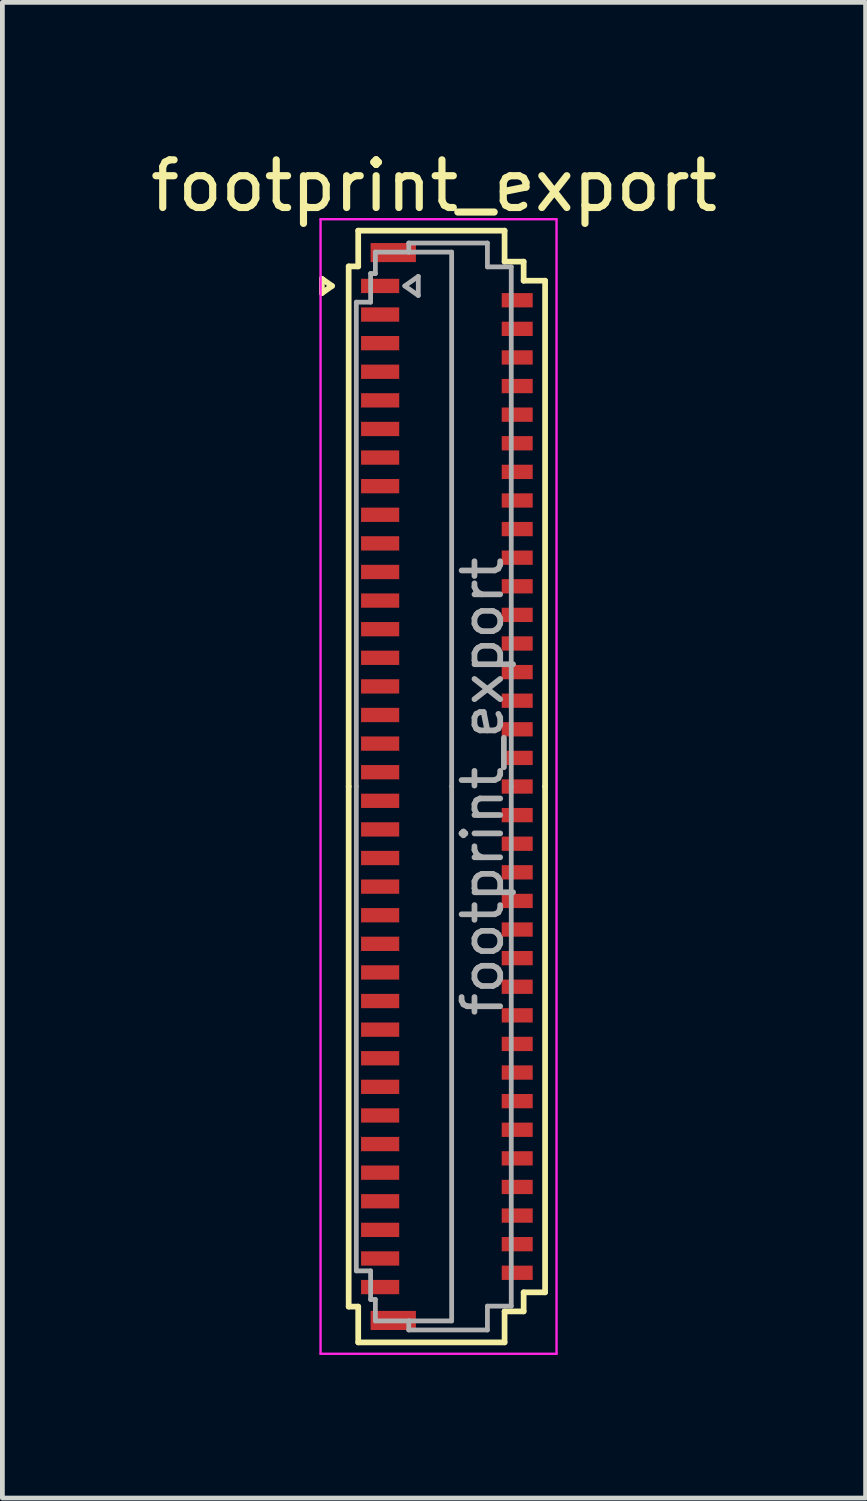
<source format=kicad_pcb>
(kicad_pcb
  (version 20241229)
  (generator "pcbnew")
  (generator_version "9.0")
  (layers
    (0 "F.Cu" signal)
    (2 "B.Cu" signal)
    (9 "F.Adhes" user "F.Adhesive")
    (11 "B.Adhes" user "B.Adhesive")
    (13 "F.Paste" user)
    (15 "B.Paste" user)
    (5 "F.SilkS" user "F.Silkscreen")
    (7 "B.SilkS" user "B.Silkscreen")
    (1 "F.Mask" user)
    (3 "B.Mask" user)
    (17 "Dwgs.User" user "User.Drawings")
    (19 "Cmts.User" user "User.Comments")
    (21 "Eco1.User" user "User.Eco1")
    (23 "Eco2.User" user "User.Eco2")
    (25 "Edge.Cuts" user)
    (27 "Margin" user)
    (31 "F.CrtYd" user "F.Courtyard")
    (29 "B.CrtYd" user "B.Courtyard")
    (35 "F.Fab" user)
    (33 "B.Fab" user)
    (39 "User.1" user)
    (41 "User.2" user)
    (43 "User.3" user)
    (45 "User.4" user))
  (footprint "footprint_export"
    (layer "F.Cu")
    (at 6.324 13.448)
    (property "Reference" "footprint_export" (at -0.27 -12.6 0) (layer "F.SilkS") (effects (font (size 1 1) (thickness 0.15))))
    (attr smd)
    (fp_line (start -2.622 -10.65) (end -2.41 -10.5) (stroke (width 0.12) (type solid)) (layer "F.SilkS"))
    (fp_line (start -2.622 -10.35) (end -2.622 -10.65) (stroke (width 0.12) (type solid)) (layer "F.SilkS"))
    (fp_line (start -2.41 -10.5) (end -2.622 -10.35) (stroke (width 0.12) (type solid)) (layer "F.SilkS"))
    (fp_line (start -2.06 -10.91) (end -2.06 0) (stroke (width 0.12) (type solid)) (layer "F.SilkS"))
    (fp_line (start -2.06 10.91) (end -2.06 0) (stroke (width 0.12) (type solid)) (layer "F.SilkS"))
    (fp_line (start -1.86 -11.66) (end -1.86 -10.91) (stroke (width 0.12) (type solid)) (layer "F.SilkS"))
    (fp_line (start -1.86 -10.91) (end -2.06 -10.91) (stroke (width 0.12) (type solid)) (layer "F.SilkS"))
    (fp_line (start -1.86 10.91) (end -2.06 10.91) (stroke (width 0.12) (type solid)) (layer "F.SilkS"))
    (fp_line (start -1.86 11.66) (end -1.86 10.91) (stroke (width 0.12) (type solid)) (layer "F.SilkS"))
    (fp_line (start 1.21 -11.66) (end -1.86 -11.66) (stroke (width 0.12) (type solid)) (layer "F.SilkS"))
    (fp_line (start 1.21 -11.01) (end 1.21 -11.66) (stroke (width 0.12) (type solid)) (layer "F.SilkS"))
    (fp_line (start 1.21 11.01) (end 1.21 11.66) (stroke (width 0.12) (type solid)) (layer "F.SilkS"))
    (fp_line (start 1.21 11.66) (end -1.86 11.66) (stroke (width 0.12) (type solid)) (layer "F.SilkS"))
    (fp_line (start 1.61 -11.01) (end 1.21 -11.01) (stroke (width 0.12) (type solid)) (layer "F.SilkS"))
    (fp_line (start 1.61 -10.61) (end 1.61 -11.01) (stroke (width 0.12) (type solid)) (layer "F.SilkS"))
    (fp_line (start 1.61 10.61) (end 1.61 11.01) (stroke (width 0.12) (type solid)) (layer "F.SilkS"))
    (fp_line (start 1.61 11.01) (end 1.21 11.01) (stroke (width 0.12) (type solid)) (layer "F.SilkS"))
    (fp_line (start 2.06 -10.61) (end 1.61 -10.61) (stroke (width 0.12) (type solid)) (layer "F.SilkS"))
    (fp_line (start 2.06 0) (end 2.06 -10.61) (stroke (width 0.12) (type solid)) (layer "F.SilkS"))
    (fp_line (start 2.06 0) (end 2.06 10.61) (stroke (width 0.12) (type solid)) (layer "F.SilkS"))
    (fp_line (start 2.06 10.61) (end 1.61 10.61) (stroke (width 0.12) (type solid)) (layer "F.SilkS"))
    (fp_line (start -2.65 -11.9) (end -2.65 11.9) (stroke (width 0.05) (type solid)) (layer "F.CrtYd"))
    (fp_line (start -2.65 11.9) (end 2.3 11.9) (stroke (width 0.05) (type solid)) (layer "F.CrtYd"))
    (fp_line (start 2.3 -11.9) (end -2.65 -11.9) (stroke (width 0.05) (type solid)) (layer "F.CrtYd"))
    (fp_line (start 2.3 11.9) (end 2.3 -11.9) (stroke (width 0.05) (type solid)) (layer "F.CrtYd"))
    (fp_line (start -1.9 -10.16) (end -1.6 -10.16) (stroke (width 0.1) (type solid)) (layer "F.Fab"))
    (fp_line (start -1.9 0) (end -1.9 -10.16) (stroke (width 0.1) (type solid)) (layer "F.Fab"))
    (fp_line (start -1.9 0) (end -1.9 10.16) (stroke (width 0.1) (type solid)) (layer "F.Fab"))
    (fp_line (start -1.9 10.16) (end -1.6 10.16) (stroke (width 0.1) (type solid)) (layer "F.Fab"))
    (fp_line (start -1.6 -10.76) (end -1.5 -10.76) (stroke (width 0.1) (type solid)) (layer "F.Fab"))
    (fp_line (start -1.6 -10.16) (end -1.6 -10.76) (stroke (width 0.1) (type solid)) (layer "F.Fab"))
    (fp_line (start -1.6 10.16) (end -1.6 10.76) (stroke (width 0.1) (type solid)) (layer "F.Fab"))
    (fp_line (start -1.6 10.76) (end -1.5 10.76) (stroke (width 0.1) (type solid)) (layer "F.Fab"))
    (fp_line (start -1.5 -11.21) (end -0.8 -11.21) (stroke (width 0.1) (type solid)) (layer "F.Fab"))
    (fp_line (start -1.5 -10.76) (end -1.5 -11.21) (stroke (width 0.1) (type solid)) (layer "F.Fab"))
    (fp_line (start -1.5 10.76) (end -1.5 11.21) (stroke (width 0.1) (type solid)) (layer "F.Fab"))
    (fp_line (start -1.5 11.21) (end -0.8 11.21) (stroke (width 0.1) (type solid)) (layer "F.Fab"))
    (fp_line (start -0.883 -10.5) (end -0.6 -10.3) (stroke (width 0.1) (type solid)) (layer "F.Fab"))
    (fp_line (start -0.8 -11.4) (end 0.85 -11.4) (stroke (width 0.1) (type solid)) (layer "F.Fab"))
    (fp_line (start -0.8 -11.21) (end -0.8 -11.4) (stroke (width 0.1) (type solid)) (layer "F.Fab"))
    (fp_line (start -0.8 11.21) (end -0.8 11.4) (stroke (width 0.1) (type solid)) (layer "F.Fab"))
    (fp_line (start -0.8 11.4) (end 0.85 11.4) (stroke (width 0.1) (type solid)) (layer "F.Fab"))
    (fp_line (start -0.6 -10.7) (end -0.883 -10.5) (stroke (width 0.1) (type solid)) (layer "F.Fab"))
    (fp_line (start -0.6 -10.3) (end -0.6 -10.7) (stroke (width 0.1) (type solid)) (layer "F.Fab"))
    (fp_line (start 0.1 -11.21) (end -0.8 -11.21) (stroke (width 0.1) (type solid)) (layer "F.Fab"))
    (fp_line (start 0.1 0) (end 0.1 -11.21) (stroke (width 0.1) (type solid)) (layer "F.Fab"))
    (fp_line (start 0.1 0) (end 0.1 11.21) (stroke (width 0.1) (type solid)) (layer "F.Fab"))
    (fp_line (start 0.1 11.21) (end -0.8 11.21) (stroke (width 0.1) (type solid)) (layer "F.Fab"))
    (fp_line (start 0.85 -11.4) (end 0.85 -10.9) (stroke (width 0.1) (type solid)) (layer "F.Fab"))
    (fp_line (start 0.85 -10.9) (end 1.35 -10.9) (stroke (width 0.1) (type solid)) (layer "F.Fab"))
    (fp_line (start 0.85 10.9) (end 1.35 10.9) (stroke (width 0.1) (type solid)) (layer "F.Fab"))
    (fp_line (start 0.85 11.4) (end 0.85 10.9) (stroke (width 0.1) (type solid)) (layer "F.Fab"))
    (fp_line (start 1.35 -10.9) (end 1.35 0) (stroke (width 0.1) (type solid)) (layer "F.Fab"))
    (fp_line (start 1.35 10.9) (end 1.35 0) (stroke (width 0.1) (type solid)) (layer "F.Fab"))
    (fp_text user "${REFERENCE}" (at 0.75 0 90) (layer "F.Fab") (effects (font (size 0.81 0.81) (thickness 0.12))))
    (pad "1" smd rect (at -1.4 -10.5) (size 0.8 0.3) (layers "F.Cu" "F.Mask" "F.Paste"))
    (pad "2" smd rect (at 1.475 -10.2) (size 0.65 0.3) (layers "F.Cu" "F.Mask" "F.Paste"))
    (pad "3" smd rect (at -1.4 -9.9) (size 0.8 0.3) (layers "F.Cu" "F.Mask" "F.Paste"))
    (pad "4" smd rect (at 1.475 -9.6) (size 0.65 0.3) (layers "F.Cu" "F.Mask" "F.Paste"))
    (pad "5" smd rect (at -1.4 -9.3) (size 0.8 0.3) (layers "F.Cu" "F.Mask" "F.Paste"))
    (pad "6" smd rect (at 1.475 -9) (size 0.65 0.3) (layers "F.Cu" "F.Mask" "F.Paste"))
    (pad "7" smd rect (at -1.4 -8.7) (size 0.8 0.3) (layers "F.Cu" "F.Mask" "F.Paste"))
    (pad "8" smd rect (at 1.475 -8.4) (size 0.65 0.3) (layers "F.Cu" "F.Mask" "F.Paste"))
    (pad "9" smd rect (at -1.4 -8.1) (size 0.8 0.3) (layers "F.Cu" "F.Mask" "F.Paste"))
    (pad "10" smd rect (at 1.475 -7.8) (size 0.65 0.3) (layers "F.Cu" "F.Mask" "F.Paste"))
    (pad "11" smd rect (at -1.4 -7.5) (size 0.8 0.3) (layers "F.Cu" "F.Mask" "F.Paste"))
    (pad "12" smd rect (at 1.475 -7.2) (size 0.65 0.3) (layers "F.Cu" "F.Mask" "F.Paste"))
    (pad "13" smd rect (at -1.4 -6.9) (size 0.8 0.3) (layers "F.Cu" "F.Mask" "F.Paste"))
    (pad "14" smd rect (at 1.475 -6.6) (size 0.65 0.3) (layers "F.Cu" "F.Mask" "F.Paste"))
    (pad "15" smd rect (at -1.4 -6.3) (size 0.8 0.3) (layers "F.Cu" "F.Mask" "F.Paste"))
    (pad "16" smd rect (at 1.475 -6) (size 0.65 0.3) (layers "F.Cu" "F.Mask" "F.Paste"))
    (pad "17" smd rect (at -1.4 -5.7) (size 0.8 0.3) (layers "F.Cu" "F.Mask" "F.Paste"))
    (pad "18" smd rect (at 1.475 -5.4) (size 0.65 0.3) (layers "F.Cu" "F.Mask" "F.Paste"))
    (pad "19" smd rect (at -1.4 -5.1) (size 0.8 0.3) (layers "F.Cu" "F.Mask" "F.Paste"))
    (pad "20" smd rect (at 1.475 -4.8) (size 0.65 0.3) (layers "F.Cu" "F.Mask" "F.Paste"))
    (pad "21" smd rect (at -1.4 -4.5) (size 0.8 0.3) (layers "F.Cu" "F.Mask" "F.Paste"))
    (pad "22" smd rect (at 1.475 -4.2) (size 0.65 0.3) (layers "F.Cu" "F.Mask" "F.Paste"))
    (pad "23" smd rect (at -1.4 -3.9) (size 0.8 0.3) (layers "F.Cu" "F.Mask" "F.Paste"))
    (pad "24" smd rect (at 1.475 -3.6) (size 0.65 0.3) (layers "F.Cu" "F.Mask" "F.Paste"))
    (pad "25" smd rect (at -1.4 -3.3) (size 0.8 0.3) (layers "F.Cu" "F.Mask" "F.Paste"))
    (pad "26" smd rect (at 1.475 -3) (size 0.65 0.3) (layers "F.Cu" "F.Mask" "F.Paste"))
    (pad "27" smd rect (at -1.4 -2.7) (size 0.8 0.3) (layers "F.Cu" "F.Mask" "F.Paste"))
    (pad "28" smd rect (at 1.475 -2.4) (size 0.65 0.3) (layers "F.Cu" "F.Mask" "F.Paste"))
    (pad "29" smd rect (at -1.4 -2.1) (size 0.8 0.3) (layers "F.Cu" "F.Mask" "F.Paste"))
    (pad "30" smd rect (at 1.475 -1.8) (size 0.65 0.3) (layers "F.Cu" "F.Mask" "F.Paste"))
    (pad "31" smd rect (at -1.4 -1.5) (size 0.8 0.3) (layers "F.Cu" "F.Mask" "F.Paste"))
    (pad "32" smd rect (at 1.475 -1.2) (size 0.65 0.3) (layers "F.Cu" "F.Mask" "F.Paste"))
    (pad "33" smd rect (at -1.4 -0.9) (size 0.8 0.3) (layers "F.Cu" "F.Mask" "F.Paste"))
    (pad "34" smd rect (at 1.475 -0.6) (size 0.65 0.3) (layers "F.Cu" "F.Mask" "F.Paste"))
    (pad "35" smd rect (at -1.4 -0.3) (size 0.8 0.3) (layers "F.Cu" "F.Mask" "F.Paste"))
    (pad "36" smd rect (at 1.475 0) (size 0.65 0.3) (layers "F.Cu" "F.Mask" "F.Paste"))
    (pad "37" smd rect (at -1.4 0.3) (size 0.8 0.3) (layers "F.Cu" "F.Mask" "F.Paste"))
    (pad "38" smd rect (at 1.475 0.6) (size 0.65 0.3) (layers "F.Cu" "F.Mask" "F.Paste"))
    (pad "39" smd rect (at -1.4 0.9) (size 0.8 0.3) (layers "F.Cu" "F.Mask" "F.Paste"))
    (pad "40" smd rect (at 1.475 1.2) (size 0.65 0.3) (layers "F.Cu" "F.Mask" "F.Paste"))
    (pad "41" smd rect (at -1.4 1.5) (size 0.8 0.3) (layers "F.Cu" "F.Mask" "F.Paste"))
    (pad "42" smd rect (at 1.475 1.8) (size 0.65 0.3) (layers "F.Cu" "F.Mask" "F.Paste"))
    (pad "43" smd rect (at -1.4 2.1) (size 0.8 0.3) (layers "F.Cu" "F.Mask" "F.Paste"))
    (pad "44" smd rect (at 1.475 2.4) (size 0.65 0.3) (layers "F.Cu" "F.Mask" "F.Paste"))
    (pad "45" smd rect (at -1.4 2.7) (size 0.8 0.3) (layers "F.Cu" "F.Mask" "F.Paste"))
    (pad "46" smd rect (at 1.475 3) (size 0.65 0.3) (layers "F.Cu" "F.Mask" "F.Paste"))
    (pad "47" smd rect (at -1.4 3.3) (size 0.8 0.3) (layers "F.Cu" "F.Mask" "F.Paste"))
    (pad "48" smd rect (at 1.475 3.6) (size 0.65 0.3) (layers "F.Cu" "F.Mask" "F.Paste"))
    (pad "49" smd rect (at -1.4 3.9) (size 0.8 0.3) (layers "F.Cu" "F.Mask" "F.Paste"))
    (pad "50" smd rect (at 1.475 4.2) (size 0.65 0.3) (layers "F.Cu" "F.Mask" "F.Paste"))
    (pad "51" smd rect (at -1.4 4.5) (size 0.8 0.3) (layers "F.Cu" "F.Mask" "F.Paste"))
    (pad "52" smd rect (at 1.475 4.8) (size 0.65 0.3) (layers "F.Cu" "F.Mask" "F.Paste"))
    (pad "53" smd rect (at -1.4 5.1) (size 0.8 0.3) (layers "F.Cu" "F.Mask" "F.Paste"))
    (pad "54" smd rect (at 1.475 5.4) (size 0.65 0.3) (layers "F.Cu" "F.Mask" "F.Paste"))
    (pad "55" smd rect (at -1.4 5.7) (size 0.8 0.3) (layers "F.Cu" "F.Mask" "F.Paste"))
    (pad "56" smd rect (at 1.475 6) (size 0.65 0.3) (layers "F.Cu" "F.Mask" "F.Paste"))
    (pad "57" smd rect (at -1.4 6.3) (size 0.8 0.3) (layers "F.Cu" "F.Mask" "F.Paste"))
    (pad "58" smd rect (at 1.475 6.6) (size 0.65 0.3) (layers "F.Cu" "F.Mask" "F.Paste"))
    (pad "59" smd rect (at -1.4 6.9) (size 0.8 0.3) (layers "F.Cu" "F.Mask" "F.Paste"))
    (pad "60" smd rect (at 1.475 7.2) (size 0.65 0.3) (layers "F.Cu" "F.Mask" "F.Paste"))
    (pad "61" smd rect (at -1.4 7.5) (size 0.8 0.3) (layers "F.Cu" "F.Mask" "F.Paste"))
    (pad "62" smd rect (at 1.475 7.8) (size 0.65 0.3) (layers "F.Cu" "F.Mask" "F.Paste"))
    (pad "63" smd rect (at -1.4 8.1) (size 0.8 0.3) (layers "F.Cu" "F.Mask" "F.Paste"))
    (pad "64" smd rect (at 1.475 8.4) (size 0.65 0.3) (layers "F.Cu" "F.Mask" "F.Paste"))
    (pad "65" smd rect (at -1.4 8.7) (size 0.8 0.3) (layers "F.Cu" "F.Mask" "F.Paste"))
    (pad "66" smd rect (at 1.475 9) (size 0.65 0.3) (layers "F.Cu" "F.Mask" "F.Paste"))
    (pad "67" smd rect (at -1.4 9.3) (size 0.8 0.3) (layers "F.Cu" "F.Mask" "F.Paste"))
    (pad "68" smd rect (at 1.475 9.6) (size 0.65 0.3) (layers "F.Cu" "F.Mask" "F.Paste"))
    (pad "69" smd rect (at -1.4 9.9) (size 0.8 0.3) (layers "F.Cu" "F.Mask" "F.Paste"))
    (pad "70" smd rect (at 1.475 10.2) (size 0.65 0.3) (layers "F.Cu" "F.Mask" "F.Paste"))
    (pad "71" smd rect (at -1.4 10.5) (size 0.8 0.3) (layers "F.Cu" "F.Mask" "F.Paste"))
    (pad "MP" smd rect (at -1.125 -11.2) (size 0.95 0.4) (layers "F.Cu" "F.Mask" "F.Paste"))
    (pad "MP" smd rect (at -1.125 11.2) (size 0.95 0.4) (layers "F.Cu" "F.Mask" "F.Paste")))
  (gr_rect
    (start -3 -3)
    (end 15.107 28.373)
    (stroke (width 0.1) (type default))
    (fill no)
    (layer "Edge.Cuts")))
</source>
